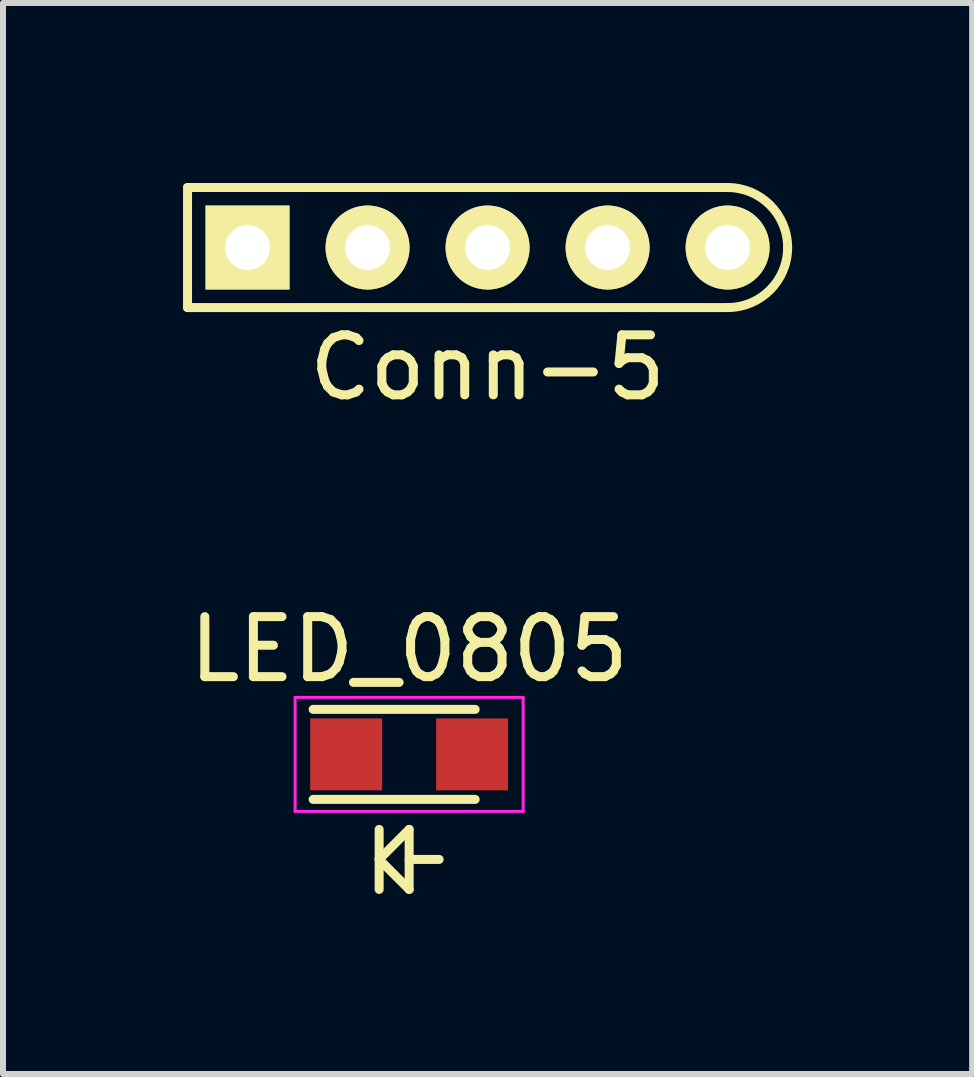
<source format=kicad_pcb>
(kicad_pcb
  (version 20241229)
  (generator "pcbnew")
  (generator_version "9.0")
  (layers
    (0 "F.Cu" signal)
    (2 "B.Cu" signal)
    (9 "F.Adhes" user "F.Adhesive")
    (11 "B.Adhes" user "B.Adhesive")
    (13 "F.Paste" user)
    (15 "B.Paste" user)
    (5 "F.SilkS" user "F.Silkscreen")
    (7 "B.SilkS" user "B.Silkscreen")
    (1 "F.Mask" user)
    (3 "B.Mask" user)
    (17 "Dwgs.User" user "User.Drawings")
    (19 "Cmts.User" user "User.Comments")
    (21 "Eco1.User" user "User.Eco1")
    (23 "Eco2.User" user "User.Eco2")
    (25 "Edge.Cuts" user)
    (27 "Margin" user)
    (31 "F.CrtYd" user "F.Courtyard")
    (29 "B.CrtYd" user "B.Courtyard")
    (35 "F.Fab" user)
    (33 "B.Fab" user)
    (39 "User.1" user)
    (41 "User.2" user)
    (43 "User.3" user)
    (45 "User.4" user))
  (footprint "Conn-5"
    (layer "F.Cu")
    (at 5.075 1.075)
    (property "Reference" "Conn-5" (at 0 2 0) (layer "F.SilkS") (effects (font (size 1 1) (thickness 0.15))))
    (attr through_hole)
    (fp_line (start -5 -1) (end -5 1) (stroke (width 0.15) (type solid)) (layer "F.SilkS"))
    (fp_line (start -5 1) (end 4 1) (stroke (width 0.15) (type solid)) (layer "F.SilkS"))
    (fp_line (start 4 -1) (end -5 -1) (stroke (width 0.15) (type solid)) (layer "F.SilkS"))
    (fp_arc (start 4 -1) (mid 4.707107 -0.707107) (end 5 0) (stroke (width 0.15) (type solid)) (layer "F.SilkS"))
    (fp_arc (start 5 0) (mid 4.707107 0.707107) (end 4 1) (stroke (width 0.15) (type solid)) (layer "F.SilkS"))
    (pad "1" thru_hole rect (at -4 0) (size 1.4 1.4) (drill 0.75) (layers "*.Cu" "*.Mask" "F.SilkS"))
    (pad "2" thru_hole circle (at -2 0) (size 1.4 1.4) (drill 0.75) (layers "*.Cu" "*.Mask" "F.SilkS"))
    (pad "3" thru_hole circle (at 0 0) (size 1.4 1.4) (drill 0.75) (layers "*.Cu" "*.Mask" "F.SilkS"))
    (pad "4" thru_hole circle (at 2 0) (size 1.4 1.4) (drill 0.75) (layers "*.Cu" "*.Mask" "F.SilkS"))
    (pad "5" thru_hole circle (at 4 0) (size 1.4 1.4) (drill 0.75) (layers "*.Cu" "*.Mask" "F.SilkS")))
  (footprint "LED_0805"
    (layer "F.Cu")
    (at 3.768 9.521)
    (property "Reference" "LED_0805" (at 0 -1.75 0) (layer "F.SilkS") (effects (font (size 1 1) (thickness 0.15))))
    (attr smd)
    (fp_line (start -1.6 -0.75) (end 1.1 -0.75) (stroke (width 0.15) (type solid)) (layer "F.SilkS"))
    (fp_line (start -1.6 0.75) (end 1.1 0.75) (stroke (width 0.15) (type solid)) (layer "F.SilkS"))
    (fp_line (start -0.5 1.25) (end -0.5 2.25) (stroke (width 0.15) (type solid)) (layer "F.SilkS"))
    (fp_line (start -0.5 1.75) (end 0 2.25) (stroke (width 0.15) (type solid)) (layer "F.SilkS"))
    (fp_line (start 0 1.25) (end -0.5 1.75) (stroke (width 0.15) (type solid)) (layer "F.SilkS"))
    (fp_line (start 0 1.75) (end 0.5 1.75) (stroke (width 0.15) (type solid)) (layer "F.SilkS"))
    (fp_line (start 0 2.25) (end 0 1.25) (stroke (width 0.15) (type solid)) (layer "F.SilkS"))
    (fp_line (start -1.9 -0.95) (end 1.9 -0.95) (stroke (width 0.05) (type solid)) (layer "F.CrtYd"))
    (fp_line (start -1.9 0.95) (end -1.9 -0.95) (stroke (width 0.05) (type solid)) (layer "F.CrtYd"))
    (fp_line (start 1.9 -0.95) (end 1.9 0.95) (stroke (width 0.05) (type solid)) (layer "F.CrtYd"))
    (fp_line (start 1.9 0.95) (end -1.9 0.95) (stroke (width 0.05) (type solid)) (layer "F.CrtYd"))
    (pad "1" smd rect (at -1.049 0 180) (size 1.199 1.199) (layers "F.Cu" "F.Mask" "F.Paste"))
    (pad "2" smd rect (at 1.049 0 180) (size 1.199 1.199) (layers "F.Cu" "F.Mask" "F.Paste")))
  (gr_rect
    (start -3 -3)
    (end 13.15 14.847)
    (stroke (width 0.1) (type default))
    (fill no)
    (layer "Edge.Cuts")))
</source>
